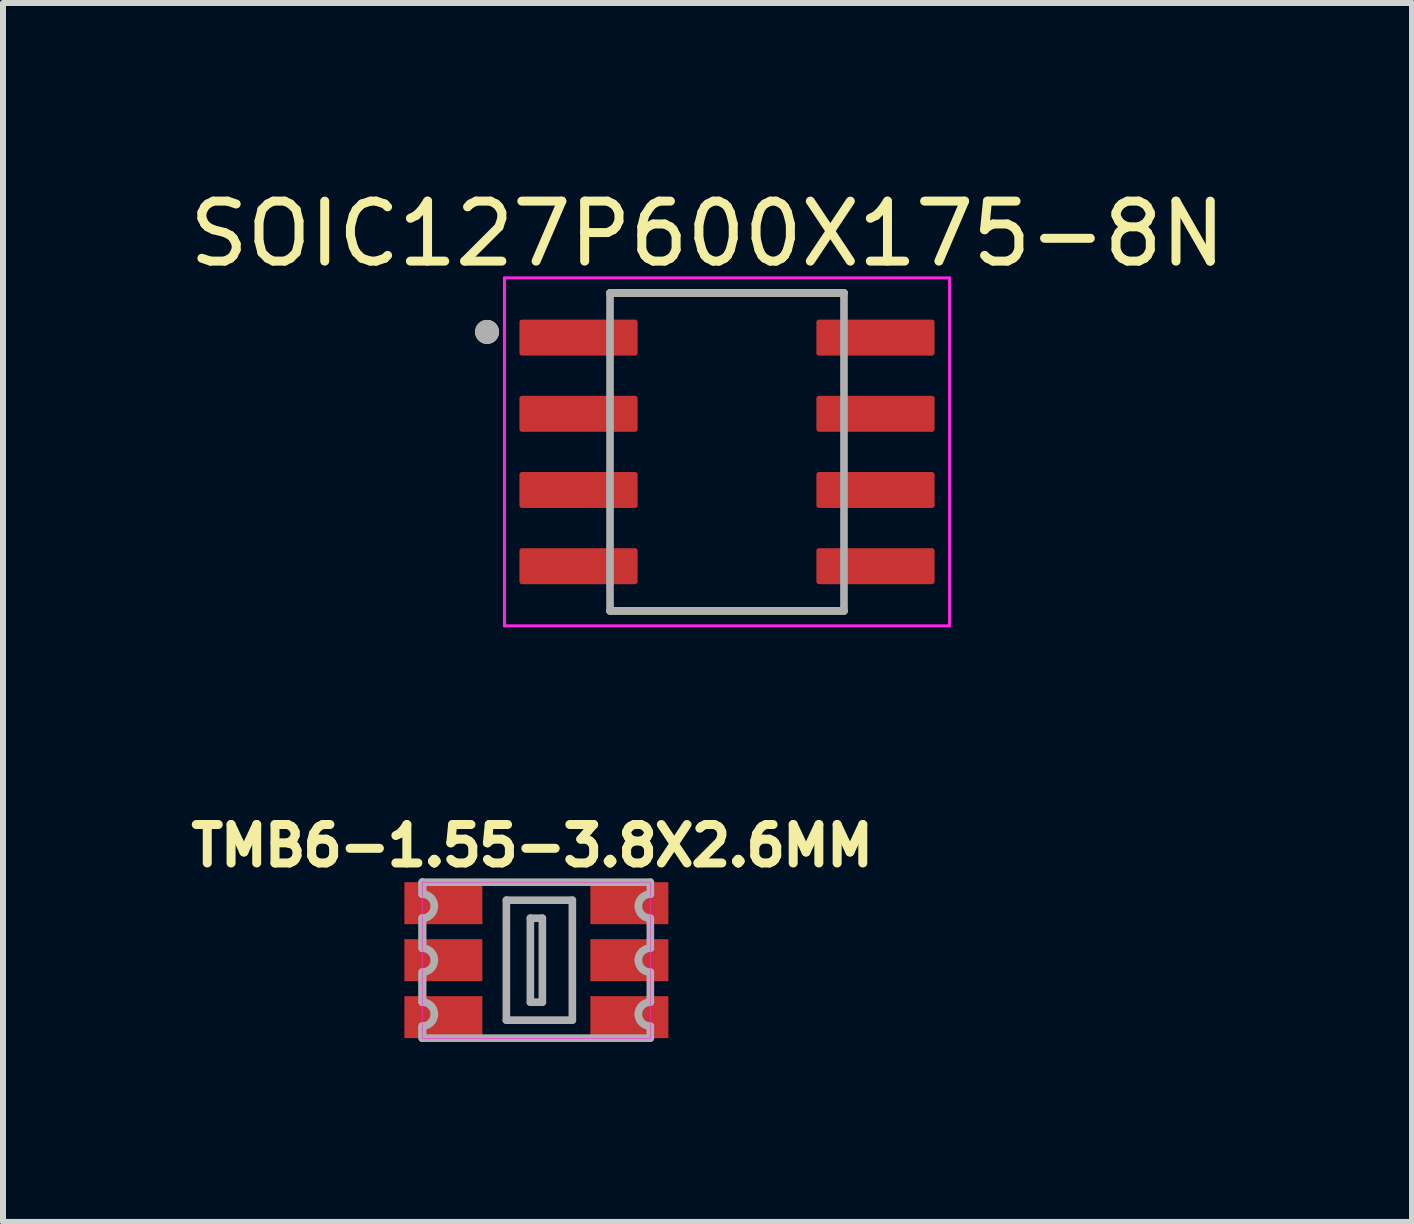
<source format=kicad_pcb>
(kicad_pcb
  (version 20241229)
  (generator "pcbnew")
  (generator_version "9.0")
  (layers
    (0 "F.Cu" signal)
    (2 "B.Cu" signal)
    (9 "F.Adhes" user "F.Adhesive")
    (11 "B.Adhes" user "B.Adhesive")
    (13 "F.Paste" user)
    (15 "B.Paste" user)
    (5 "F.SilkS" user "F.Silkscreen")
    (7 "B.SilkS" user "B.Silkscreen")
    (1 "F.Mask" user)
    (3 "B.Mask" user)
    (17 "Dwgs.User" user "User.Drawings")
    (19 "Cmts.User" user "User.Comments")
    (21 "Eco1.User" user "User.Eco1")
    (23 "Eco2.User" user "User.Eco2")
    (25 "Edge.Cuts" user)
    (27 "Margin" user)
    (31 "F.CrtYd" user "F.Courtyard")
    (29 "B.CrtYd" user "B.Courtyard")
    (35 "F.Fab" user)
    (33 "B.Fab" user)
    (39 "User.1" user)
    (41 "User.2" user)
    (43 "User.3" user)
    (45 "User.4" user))
  (footprint "SOIC127P600X175-8N"
    (layer "F.Cu")
    (at 9.069 4.483)
    (property "Reference" "SOIC127P600X175-8N" (at -0.325 -3.635 0) (layer "F.SilkS") (effects (font (size 1 1) (thickness 0.15))))
    (attr smd)
    (fp_line (start -1.95 -2.65) (end 1.95 -2.65) (stroke (width 0.127) (type solid)) (layer "F.SilkS"))
    (fp_line (start -1.95 2.65) (end 1.95 2.65) (stroke (width 0.127) (type solid)) (layer "F.SilkS"))
    (fp_circle (center -4 -2) (end -3.9 -2) (stroke (width 0.2) (type solid)) (fill no) (layer "F.SilkS"))
    (fp_line (start -3.71 -2.9) (end -3.71 2.9) (stroke (width 0.05) (type solid)) (layer "F.CrtYd"))
    (fp_line (start -3.71 -2.9) (end 3.71 -2.9) (stroke (width 0.05) (type solid)) (layer "F.CrtYd"))
    (fp_line (start -3.71 2.9) (end 3.71 2.9) (stroke (width 0.05) (type solid)) (layer "F.CrtYd"))
    (fp_line (start 3.71 -2.9) (end 3.71 2.9) (stroke (width 0.05) (type solid)) (layer "F.CrtYd"))
    (fp_line (start -1.95 -2.65) (end -1.95 2.65) (stroke (width 0.127) (type solid)) (layer "F.Fab"))
    (fp_line (start -1.95 -2.65) (end 1.95 -2.65) (stroke (width 0.127) (type solid)) (layer "F.Fab"))
    (fp_line (start -1.95 2.65) (end 1.95 2.65) (stroke (width 0.127) (type solid)) (layer "F.Fab"))
    (fp_line (start 1.95 -2.65) (end 1.95 2.65) (stroke (width 0.127) (type solid)) (layer "F.Fab"))
    (fp_circle (center -4 -2) (end -3.9 -2) (stroke (width 0.2) (type solid)) (fill no) (layer "F.Fab"))
    (pad "1" smd roundrect (at -2.475 -1.905) (size 1.97 0.6) (layers "F.Cu" "F.Mask" "F.Paste") (roundrect_rratio 0.07))
    (pad "2" smd roundrect (at -2.475 -0.635) (size 1.97 0.6) (layers "F.Cu" "F.Mask" "F.Paste") (roundrect_rratio 0.07))
    (pad "3" smd roundrect (at -2.475 0.635) (size 1.97 0.6) (layers "F.Cu" "F.Mask" "F.Paste") (roundrect_rratio 0.07))
    (pad "4" smd roundrect (at -2.475 1.905) (size 1.97 0.6) (layers "F.Cu" "F.Mask" "F.Paste") (roundrect_rratio 0.07))
    (pad "5" smd roundrect (at 2.475 1.905) (size 1.97 0.6) (layers "F.Cu" "F.Mask" "F.Paste") (roundrect_rratio 0.07))
    (pad "6" smd roundrect (at 2.475 0.635) (size 1.97 0.6) (layers "F.Cu" "F.Mask" "F.Paste") (roundrect_rratio 0.07))
    (pad "7" smd roundrect (at 2.475 -0.635) (size 1.97 0.6) (layers "F.Cu" "F.Mask" "F.Paste") (roundrect_rratio 0.07))
    (pad "8" smd roundrect (at 2.475 -1.905) (size 1.97 0.6) (layers "F.Cu" "F.Mask" "F.Paste") (roundrect_rratio 0.07)))
  (footprint "TMB6-1.55-3.8X2.6MM"
    (layer "F.Cu")
    (at 5.891 12.956)
    (property "Reference" "TMB6-1.55-3.8X2.6MM" (at -0.068 -1.909 0) (layer "F.SilkS") (effects (font (size 0.641 0.641) (thickness 0.15))))
    (attr smd)
    (fp_poly (pts (xy -1.902 -1.3) (xy 1.9 -1.3) (xy 1.9 1.302) (xy -1.902 1.302)) (stroke (width 0.01) (type solid)) (fill no) (layer "F.CrtYd"))
    (fp_line (start -1.9 -1.3) (end 1.9 -1.3) (stroke (width 0.127) (type solid)) (layer "F.Fab"))
    (fp_line (start -1.9 -1.1) (end -1.9 -1.3) (stroke (width 0.127) (type solid)) (layer "F.Fab"))
    (fp_line (start -1.9 -1.1) (end -1.9 -1.3) (stroke (width 0.127) (type solid)) (layer "F.Fab"))
    (fp_line (start -1.9 -1.1) (end -1.9 -1.3) (stroke (width 0.127) (type solid)) (layer "F.Fab"))
    (fp_line (start -1.9 -0.2) (end -1.9 -0.7) (stroke (width 0.127) (type solid)) (layer "F.Fab"))
    (fp_line (start -1.9 -0.2) (end -1.9 -0.7) (stroke (width 0.127) (type solid)) (layer "F.Fab"))
    (fp_line (start -1.9 -0.2) (end -1.9 -0.7) (stroke (width 0.127) (type solid)) (layer "F.Fab"))
    (fp_line (start -1.9 0.7) (end -1.9 0.2) (stroke (width 0.127) (type solid)) (layer "F.Fab"))
    (fp_line (start -1.9 0.7) (end -1.9 0.2) (stroke (width 0.127) (type solid)) (layer "F.Fab"))
    (fp_line (start -1.9 0.7) (end -1.9 0.2) (stroke (width 0.127) (type solid)) (layer "F.Fab"))
    (fp_line (start -1.9 1.3) (end -1.9 1.1) (stroke (width 0.127) (type solid)) (layer "F.Fab"))
    (fp_line (start -1.9 1.3) (end -1.9 1.1) (stroke (width 0.127) (type solid)) (layer "F.Fab"))
    (fp_line (start -1.9 1.3) (end -1.9 1.1) (stroke (width 0.127) (type solid)) (layer "F.Fab"))
    (fp_line (start -0.5 -1) (end 0.6 -1) (stroke (width 0.127) (type solid)) (layer "F.Fab"))
    (fp_line (start -0.5 1) (end -0.5 -1) (stroke (width 0.127) (type solid)) (layer "F.Fab"))
    (fp_line (start -0.1 -0.7) (end 0.1 -0.7) (stroke (width 0.127) (type solid)) (layer "F.Fab"))
    (fp_line (start -0.1 0.7) (end -0.1 -0.7) (stroke (width 0.127) (type solid)) (layer "F.Fab"))
    (fp_line (start 0.1 -0.7) (end 0.1 0.7) (stroke (width 0.127) (type solid)) (layer "F.Fab"))
    (fp_line (start 0.1 0.7) (end -0.1 0.7) (stroke (width 0.127) (type solid)) (layer "F.Fab"))
    (fp_line (start 0.6 -1) (end 0.6 1) (stroke (width 0.127) (type solid)) (layer "F.Fab"))
    (fp_line (start 0.6 1) (end -0.5 1) (stroke (width 0.127) (type solid)) (layer "F.Fab"))
    (fp_line (start 1.9 -1.3) (end 1.9 -1.1) (stroke (width 0.127) (type solid)) (layer "F.Fab"))
    (fp_line (start 1.9 -0.7) (end 1.9 -0.2) (stroke (width 0.127) (type solid)) (layer "F.Fab"))
    (fp_line (start 1.9 0.2) (end 1.9 0.7) (stroke (width 0.127) (type solid)) (layer "F.Fab"))
    (fp_line (start 1.9 1.1) (end 1.9 1.3) (stroke (width 0.127) (type solid)) (layer "F.Fab"))
    (fp_line (start 1.9 1.3) (end -1.9 1.3) (stroke (width 0.127) (type solid)) (layer "F.Fab"))
    (fp_arc (start -1.9 -1.1) (mid -1.758579 -1.041421) (end -1.7 -0.9) (stroke (width 0.127) (type solid)) (layer "F.Fab"))
    (fp_arc (start -1.9 -0.2) (mid -1.758579 -0.141421) (end -1.7 0) (stroke (width 0.127) (type solid)) (layer "F.Fab"))
    (fp_arc (start -1.9 0.7) (mid -1.758579 0.758579) (end -1.7 0.9) (stroke (width 0.127) (type solid)) (layer "F.Fab"))
    (fp_arc (start -1.7 -0.9) (mid -1.758579 -0.758579) (end -1.9 -0.7) (stroke (width 0.127) (type solid)) (layer "F.Fab"))
    (fp_arc (start -1.7 0) (mid -1.758579 0.141421) (end -1.9 0.2) (stroke (width 0.127) (type solid)) (layer "F.Fab"))
    (fp_arc (start -1.7 0.9) (mid -1.758579 1.041421) (end -1.9 1.1) (stroke (width 0.127) (type solid)) (layer "F.Fab"))
    (fp_arc (start 1.7 -0.9) (mid 1.758579 -1.041421) (end 1.9 -1.1) (stroke (width 0.127) (type solid)) (layer "F.Fab"))
    (fp_arc (start 1.7 0) (mid 1.758579 -0.141421) (end 1.9 -0.2) (stroke (width 0.127) (type solid)) (layer "F.Fab"))
    (fp_arc (start 1.7 0.9) (mid 1.758579 0.758579) (end 1.9 0.7) (stroke (width 0.127) (type solid)) (layer "F.Fab"))
    (fp_arc (start 1.9 -0.7) (mid 1.758579 -0.758579) (end 1.7 -0.9) (stroke (width 0.127) (type solid)) (layer "F.Fab"))
    (fp_arc (start 1.9 0.2) (mid 1.758579 0.141421) (end 1.7 0) (stroke (width 0.127) (type solid)) (layer "F.Fab"))
    (fp_arc (start 1.9 1.1) (mid 1.758579 1.041421) (end 1.7 0.9) (stroke (width 0.127) (type solid)) (layer "F.Fab"))
    (fp_poly (pts (xy -0.1 -0.7) (xy 0.1 -0.7) (xy 0.1 0.701) (xy -0.1 0.701)) (stroke (width 0.01) (type solid)) (fill no) (layer "F.Fab"))
    (pad "1" smd rect (at -1.55 -0.95) (size 1.3 0.7) (layers "F.Cu" "F.Mask" "F.Paste"))
    (pad "2" smd rect (at -1.55 0) (size 1.3 0.7) (layers "F.Cu" "F.Mask" "F.Paste"))
    (pad "3" smd rect (at -1.55 0.95) (size 1.3 0.7) (layers "F.Cu" "F.Mask" "F.Paste"))
    (pad "4" smd rect (at 1.55 0.95 180) (size 1.3 0.7) (layers "F.Cu" "F.Mask" "F.Paste"))
    (pad "5" smd rect (at 1.55 0 180) (size 1.3 0.7) (layers "F.Cu" "F.Mask" "F.Paste"))
    (pad "6" smd rect (at 1.55 -0.95 180) (size 1.3 0.7) (layers "F.Cu" "F.Mask" "F.Paste")))
  (gr_rect
    (start -3 -3)
    (end 20.488 17.319)
    (stroke (width 0.1) (type default))
    (fill no)
    (layer "Edge.Cuts")))
</source>
